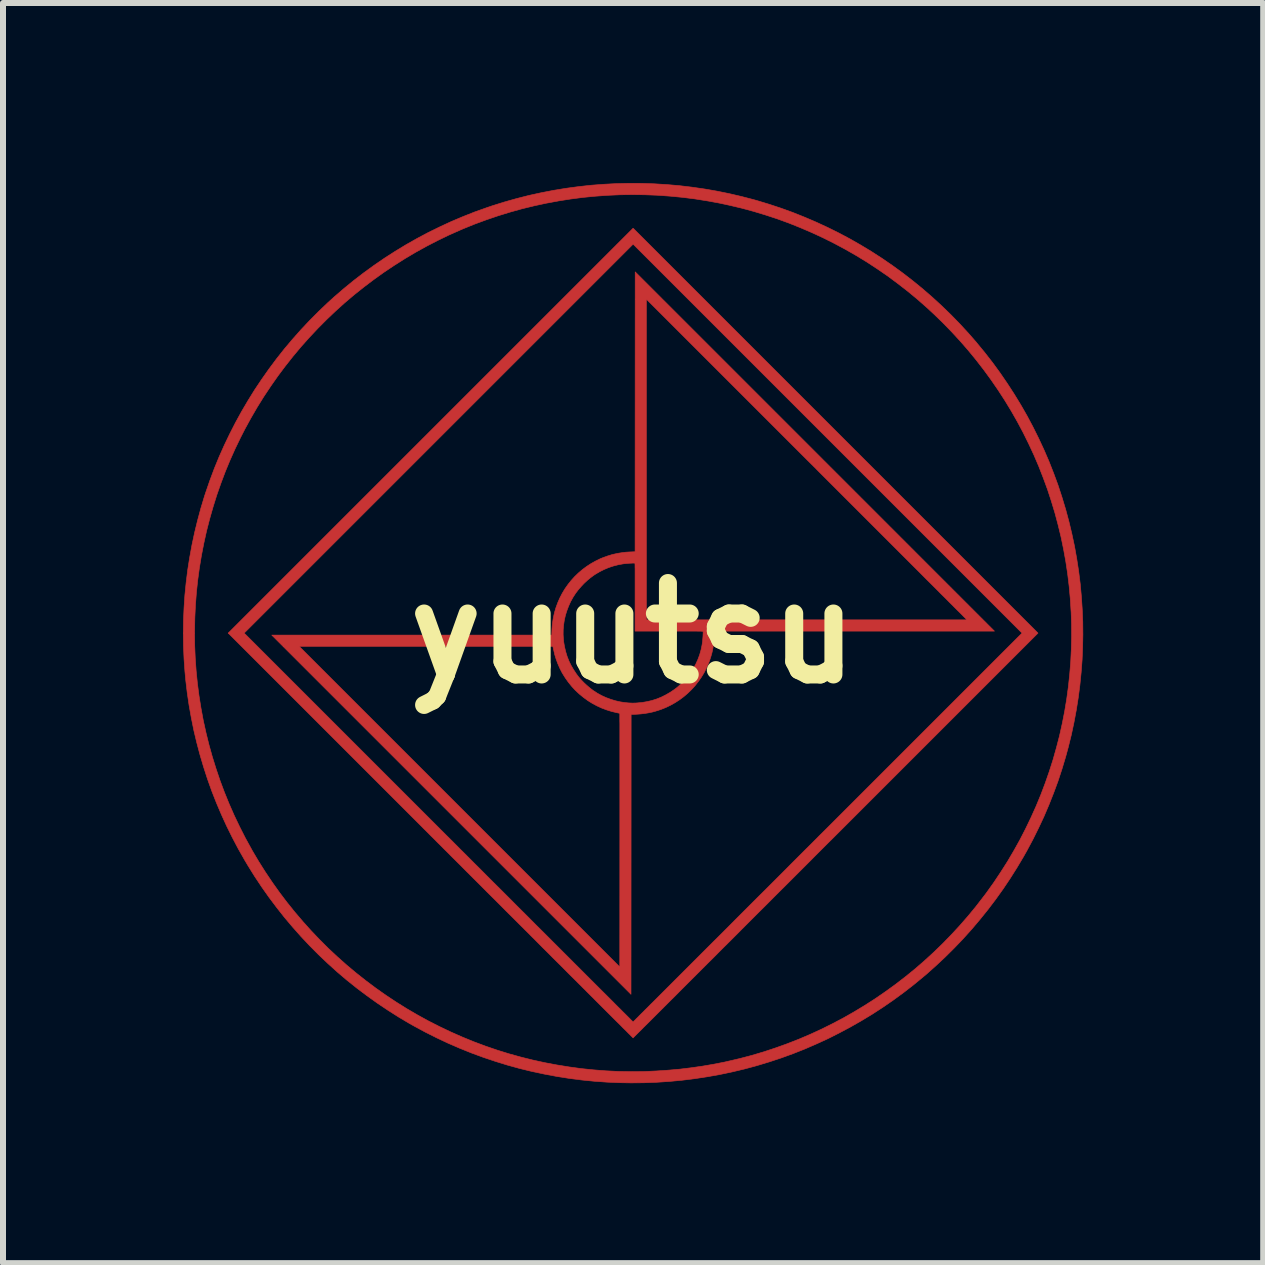
<source format=kicad_pcb>
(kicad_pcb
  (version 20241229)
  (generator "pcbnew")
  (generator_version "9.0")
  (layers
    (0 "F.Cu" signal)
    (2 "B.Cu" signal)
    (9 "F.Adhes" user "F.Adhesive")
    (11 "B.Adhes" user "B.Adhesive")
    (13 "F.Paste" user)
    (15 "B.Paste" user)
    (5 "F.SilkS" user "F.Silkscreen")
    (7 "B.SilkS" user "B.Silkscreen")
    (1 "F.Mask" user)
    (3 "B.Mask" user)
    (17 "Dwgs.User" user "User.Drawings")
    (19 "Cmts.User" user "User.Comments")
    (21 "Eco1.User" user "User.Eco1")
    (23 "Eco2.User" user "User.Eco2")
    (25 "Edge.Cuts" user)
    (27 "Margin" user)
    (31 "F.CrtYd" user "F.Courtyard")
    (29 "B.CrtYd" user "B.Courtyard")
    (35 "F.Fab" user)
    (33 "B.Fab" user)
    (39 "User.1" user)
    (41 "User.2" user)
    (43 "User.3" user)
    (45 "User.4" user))
  (footprint "yuutsu"
    (layer "F.Cu")
    (at 7.501 7.501)
    (property "Reference" "yuutsu" (at 0 0 0) (layer "F.SilkS") (effects (font (size 1.524 1.524) (thickness 0.3))))
    (attr through_hole)
    (fp_poly (pts (xy 6.748 0) (xy 3.375 3.373) (xy 3.254 3.493) (xy 3.135 3.612) (xy 3.017 3.73) (xy 2.901 3.847) (xy 2.785 3.963) (xy 2.671 4.077) (xy 2.558 4.19) (xy 2.446 4.301) (xy 2.336 4.411) (xy 2.228 4.52) (xy 2.121 4.626) (xy 2.016 4.731) (xy 1.913 4.834) (xy 1.812 4.935) (xy 1.713 5.035) (xy 1.616 5.132) (xy 1.52 5.227) (xy 1.427 5.32) (xy 1.337 5.411) (xy 1.248 5.499) (xy 1.162 5.585) (xy 1.079 5.668) (xy 0.998 5.749) (xy 0.919 5.828) (xy 0.844 5.903) (xy 0.771 5.976) (xy 0.701 6.047) (xy 0.633 6.114) (xy 0.569 6.178) (xy 0.508 6.239) (xy 0.45 6.297) (xy 0.395 6.352) (xy 0.343 6.404) (xy 0.295 6.452) (xy 0.25 6.497) (xy 0.208 6.538) (xy 0.17 6.576) (xy 0.136 6.611) (xy 0.105 6.641) (xy 0.078 6.668) (xy 0.055 6.691) (xy 0.036 6.71) (xy 0.021 6.725) (xy 0.01 6.736) (xy 0.003 6.743) (xy 0.000055 6.746) (xy 0 6.746) (xy -0.002 6.744) (xy -0.009 6.738) (xy -0.019 6.727) (xy -0.034 6.713) (xy -0.052 6.694) (xy -0.075 6.672) (xy -0.101 6.645) (xy -0.131 6.615) (xy -0.165 6.582) (xy -0.202 6.544) (xy -0.243 6.503) (xy -0.288 6.459) (xy -0.336 6.411) (xy -0.387 6.36) (xy -0.441 6.306) (xy -0.499 6.248) (xy -0.56 6.187) (xy -0.624 6.123) (xy -0.69 6.057) (xy -0.76 5.987) (xy -0.833 5.914) (xy -0.908 5.839) (xy -0.986 5.761) (xy -1.067 5.681) (xy -1.15 5.597) (xy -1.235 5.512) (xy -1.324 5.424) (xy -1.414 5.333) (xy -1.507 5.241) (xy -1.601 5.146) (xy -1.698 5.049) (xy -1.797 4.95) (xy -1.898 4.849) (xy -2.001 4.746) (xy -2.106 4.642) (xy -2.212 4.535) (xy -2.32 4.427) (xy -2.43 4.318) (xy -2.541 4.206) (xy -2.654 4.094) (xy -2.768 3.98) (xy -2.883 3.864) (xy -3 3.748) (xy -3.118 3.63) (xy -3.237 3.511) (xy -3.357 3.391) (xy -3.375 3.373) (xy -6.748 0) (xy -6.482 0) (xy -3.242 3.24) (xy -3.124 3.358) (xy -3.007 3.474) (xy -2.892 3.59) (xy -2.777 3.704) (xy -2.664 3.818) (xy -2.552 3.929) (xy -2.442 4.04) (xy -2.333 4.149) (xy -2.225 4.256) (xy -2.119 4.362) (xy -2.015 4.466) (xy -1.913 4.569) (xy -1.812 4.669) (xy -1.713 4.768) (xy -1.617 4.865) (xy -1.522 4.959) (xy -1.429 5.052) (xy -1.339 5.142) (xy -1.251 5.23) (xy -1.165 5.316) (xy -1.082 5.399) (xy -1.001 5.48) (xy -0.923 5.558) (xy -0.847 5.634) (xy -0.774 5.707) (xy -0.704 5.777) (xy -0.637 5.844) (xy -0.573 5.908) (xy -0.512 5.969) (xy -0.453 6.027) (xy -0.398 6.082) (xy -0.346 6.134) (xy -0.298 6.183) (xy -0.253 6.228) (xy -0.211 6.269) (xy -0.173 6.308) (xy -0.138 6.342) (xy -0.107 6.373) (xy -0.08 6.4) (xy -0.057 6.423) (xy -0.038 6.443) (xy -0.022 6.458) (xy -0.011 6.47) (xy -0.003 6.477) (xy -0.000124 6.48) (xy 0 6.48) (xy 0.002 6.478) (xy 0.009 6.472) (xy 0.019 6.461) (xy 0.034 6.447) (xy 0.052 6.428) (xy 0.075 6.406) (xy 0.101 6.379) (xy 0.131 6.349) (xy 0.165 6.316) (xy 0.202 6.278) (xy 0.243 6.238) (xy 0.287 6.193) (xy 0.335 6.146) (xy 0.386 6.095) (xy 0.441 6.04) (xy 0.498 5.983) (xy 0.559 5.922) (xy 0.622 5.859) (xy 0.689 5.792) (xy 0.758 5.723) (xy 0.83 5.651) (xy 0.905 5.576) (xy 0.983 5.498) (xy 1.063 5.418) (xy 1.146 5.335) (xy 1.231 5.25) (xy 1.319 5.162) (xy 1.409 5.073) (xy 1.501 4.981) (xy 1.595 4.887) (xy 1.691 4.79) (xy 1.789 4.692) (xy 1.889 4.592) (xy 1.991 4.49) (xy 2.095 4.386) (xy 2.201 4.281) (xy 2.308 4.174) (xy 2.417 4.065) (xy 2.527 3.955) (xy 2.638 3.843) (xy 2.751 3.73) (xy 2.865 3.616) (xy 2.981 3.501) (xy 3.097 3.384) (xy 3.215 3.267) (xy 3.242 3.24) (xy 6.482 0) (xy 3.241 -3.241) (xy 0 -6.482) (xy -6.482 0) (xy -6.748 0) (xy 0 -6.748) (xy 6.748 0)) (stroke (width 0.01) (type solid)) (fill yes) (layer "F.Cu"))
    (fp_poly (pts (xy 6.022 -0.033) (xy 1.356 -0.033) (xy 1.352 0.048) (xy 1.347 0.124) (xy 1.339 0.196) (xy 1.328 0.266) (xy 1.313 0.333) (xy 1.294 0.399) (xy 1.272 0.465) (xy 1.259 0.498) (xy 1.223 0.58) (xy 1.183 0.66) (xy 1.137 0.736) (xy 1.086 0.808) (xy 1.032 0.877) (xy 0.973 0.942) (xy 0.91 1.003) (xy 0.843 1.06) (xy 0.773 1.112) (xy 0.699 1.16) (xy 0.622 1.203) (xy 0.543 1.241) (xy 0.46 1.274) (xy 0.375 1.301) (xy 0.324 1.315) (xy 0.262 1.328) (xy 0.197 1.339) (xy 0.13 1.347) (xy 0.064 1.352) (xy -0.001 1.355) (xy -0.007 1.355) (xy -0.033 1.355) (xy -0.034 3.688) (xy -0.035 6.02) (xy -3.028 3.027) (xy -5.834 0.221) (xy -5.565 0.221) (xy -2.894 2.892) (xy -0.222 5.564) (xy -0.221 3.451) (xy -0.221 3.338) (xy -0.221 3.227) (xy -0.221 3.117) (xy -0.221 3.01) (xy -0.221 2.904) (xy -0.221 2.8) (xy -0.221 2.698) (xy -0.221 2.599) (xy -0.221 2.503) (xy -0.221 2.409) (xy -0.221 2.318) (xy -0.221 2.23) (xy -0.221 2.145) (xy -0.221 2.064) (xy -0.221 1.986) (xy -0.221 1.911) (xy -0.221 1.841) (xy -0.221 1.774) (xy -0.221 1.712) (xy -0.221 1.654) (xy -0.221 1.6) (xy -0.221 1.55) (xy -0.221 1.506) (xy -0.222 1.466) (xy -0.222 1.432) (xy -0.222 1.402) (xy -0.222 1.378) (xy -0.222 1.359) (xy -0.222 1.346) (xy -0.222 1.339) (xy -0.222 1.337) (xy -0.225 1.336) (xy -0.233 1.335) (xy -0.245 1.332) (xy -0.26 1.329) (xy -0.268 1.327) (xy -0.355 1.307) (xy -0.441 1.28) (xy -0.524 1.249) (xy -0.604 1.212) (xy -0.682 1.17) (xy -0.757 1.123) (xy -0.828 1.071) (xy -0.896 1.015) (xy -0.961 0.955) (xy -1.021 0.89) (xy -1.077 0.821) (xy -1.129 0.748) (xy -1.177 0.671) (xy -1.183 0.661) (xy -1.22 0.589) (xy -1.253 0.514) (xy -1.282 0.437) (xy -1.306 0.359) (xy -1.324 0.281) (xy -1.326 0.274) (xy -1.329 0.258) (xy -1.332 0.245) (xy -1.334 0.234) (xy -1.335 0.228) (xy -1.335 0.228) (xy -1.337 0.221) (xy -5.565 0.221) (xy -5.834 0.221) (xy -6.022 0.033) (xy -1.355 0.033) (xy -1.355 0.023) (xy -1.166 0.023) (xy -1.164 0.058) (xy -1.157 0.144) (xy -1.143 0.227) (xy -1.124 0.308) (xy -1.1 0.387) (xy -1.07 0.464) (xy -1.034 0.538) (xy -0.992 0.61) (xy -0.945 0.681) (xy -0.909 0.729) (xy -0.881 0.762) (xy -0.849 0.796) (xy -0.814 0.832) (xy -0.777 0.866) (xy -0.739 0.899) (xy -0.701 0.93) (xy -0.665 0.957) (xy -0.662 0.959) (xy -0.594 1.003) (xy -0.523 1.042) (xy -0.448 1.076) (xy -0.372 1.104) (xy -0.293 1.128) (xy -0.214 1.146) (xy -0.134 1.158) (xy -0.072 1.164) (xy -0.046 1.165) (xy -0.024 1.166) (xy -0.005 1.167) (xy 0.015 1.166) (xy 0.036 1.166) (xy 0.06 1.164) (xy 0.065 1.164) (xy 0.15 1.156) (xy 0.233 1.142) (xy 0.314 1.123) (xy 0.393 1.098) (xy 0.47 1.067) (xy 0.544 1.03) (xy 0.617 0.988) (xy 0.688 0.94) (xy 0.729 0.909) (xy 0.748 0.893) (xy 0.77 0.873) (xy 0.794 0.851) (xy 0.818 0.827) (xy 0.842 0.803) (xy 0.865 0.779) (xy 0.886 0.756) (xy 0.904 0.735) (xy 0.909 0.729) (xy 0.96 0.66) (xy 1.006 0.588) (xy 1.046 0.514) (xy 1.08 0.439) (xy 1.109 0.361) (xy 1.132 0.28) (xy 1.149 0.198) (xy 1.155 0.16) (xy 1.157 0.146) (xy 1.159 0.128) (xy 1.16 0.108) (xy 1.162 0.086) (xy 1.164 0.064) (xy 1.165 0.042) (xy 1.166 0.022) (xy 1.167 0.004) (xy 1.167 -0.011) (xy 1.167 -0.022) (xy 1.166 -0.028) (xy 1.166 -0.028) (xy 1.166 -0.029) (xy 1.165 -0.029) (xy 1.163 -0.03) (xy 1.159 -0.03) (xy 1.154 -0.031) (xy 1.148 -0.031) (xy 1.14 -0.031) (xy 1.129 -0.032) (xy 1.116 -0.032) (xy 1.1 -0.032) (xy 1.081 -0.032) (xy 1.059 -0.033) (xy 1.034 -0.033) (xy 1.005 -0.033) (xy 0.972 -0.033) (xy 0.934 -0.033) (xy 0.892 -0.033) (xy 0.846 -0.033) (xy 0.794 -0.033) (xy 0.737 -0.033) (xy 0.675 -0.033) (xy 0.607 -0.033) (xy 0.033 -0.033) (xy 0.033 -0.221) (xy 0.221 -0.221) (xy 2.892 -0.221) (xy 3.019 -0.221) (xy 3.145 -0.221) (xy 3.269 -0.221) (xy 3.391 -0.221) (xy 3.511 -0.221) (xy 3.629 -0.221) (xy 3.745 -0.221) (xy 3.859 -0.221) (xy 3.97 -0.221) (xy 4.079 -0.221) (xy 4.185 -0.221) (xy 4.288 -0.221) (xy 4.388 -0.221) (xy 4.485 -0.221) (xy 4.579 -0.221) (xy 4.669 -0.221) (xy 4.756 -0.221) (xy 4.84 -0.221) (xy 4.919 -0.221) (xy 4.995 -0.221) (xy 5.066 -0.221) (xy 5.133 -0.221) (xy 5.196 -0.221) (xy 5.255 -0.221) (xy 5.309 -0.221) (xy 5.358 -0.221) (xy 5.402 -0.221) (xy 5.441 -0.221) (xy 5.475 -0.221) (xy 5.504 -0.221) (xy 5.527 -0.221) (xy 5.545 -0.221) (xy 5.557 -0.221) (xy 5.563 -0.221) (xy 5.564 -0.221) (xy 5.562 -0.224) (xy 5.555 -0.23) (xy 5.545 -0.24) (xy 5.53 -0.255) (xy 5.512 -0.273) (xy 5.49 -0.296) (xy 5.464 -0.322) (xy 5.434 -0.352) (xy 5.4 -0.385) (xy 5.363 -0.422) (xy 5.323 -0.463) (xy 5.279 -0.506) (xy 5.232 -0.554) (xy 5.182 -0.604) (xy 5.128 -0.657) (xy 5.072 -0.714) (xy 5.012 -0.774) (xy 4.95 -0.836) (xy 4.884 -0.901) (xy 4.817 -0.969) (xy 4.746 -1.04) (xy 4.673 -1.113) (xy 4.597 -1.189) (xy 4.519 -1.267) (xy 4.438 -1.348) (xy 4.356 -1.43) (xy 4.271 -1.515) (xy 4.184 -1.602) (xy 4.095 -1.691) (xy 4.004 -1.782) (xy 3.911 -1.875) (xy 3.817 -1.969) (xy 3.72 -2.066) (xy 3.623 -2.163) (xy 3.523 -2.263) (xy 3.422 -2.364) (xy 3.32 -2.466) (xy 3.217 -2.569) (xy 3.112 -2.674) (xy 3.007 -2.78) (xy 2.9 -2.886) (xy 2.892 -2.894) (xy 0.221 -5.565) (xy 0.221 -0.221) (xy 0.033 -0.221) (xy 0.033 -0.599) (xy 0.033 -0.668) (xy 0.033 -0.731) (xy 0.033 -0.788) (xy 0.033 -0.84) (xy 0.033 -0.888) (xy 0.033 -0.93) (xy 0.033 -0.968) (xy 0.033 -1.001) (xy 0.033 -1.031) (xy 0.033 -1.057) (xy 0.033 -1.079) (xy 0.032 -1.098) (xy 0.032 -1.114) (xy 0.032 -1.128) (xy 0.032 -1.139) (xy 0.031 -1.147) (xy 0.031 -1.154) (xy 0.03 -1.159) (xy 0.03 -1.162) (xy 0.029 -1.164) (xy 0.029 -1.166) (xy 0.028 -1.166) (xy 0.028 -1.166) (xy 0.023 -1.167) (xy 0.012 -1.167) (xy -0.002 -1.167) (xy -0.02 -1.166) (xy -0.041 -1.165) (xy -0.063 -1.164) (xy -0.086 -1.162) (xy -0.108 -1.16) (xy -0.129 -1.158) (xy -0.148 -1.156) (xy -0.164 -1.154) (xy -0.166 -1.154) (xy -0.248 -1.139) (xy -0.329 -1.118) (xy -0.408 -1.092) (xy -0.484 -1.06) (xy -0.558 -1.023) (xy -0.629 -0.981) (xy -0.662 -0.959) (xy -0.715 -0.919) (xy -0.768 -0.875) (xy -0.82 -0.826) (xy -0.868 -0.775) (xy -0.913 -0.723) (xy -0.954 -0.669) (xy -0.959 -0.662) (xy -1.003 -0.594) (xy -1.042 -0.523) (xy -1.075 -0.449) (xy -1.104 -0.373) (xy -1.128 -0.296) (xy -1.146 -0.217) (xy -1.158 -0.137) (xy -1.165 -0.057) (xy -1.166 0.023) (xy -1.355 0.023) (xy -1.355 0.007) (xy -1.354 -0.014) (xy -1.353 -0.039) (xy -1.352 -0.066) (xy -1.35 -0.094) (xy -1.348 -0.122) (xy -1.346 -0.147) (xy -1.344 -0.165) (xy -1.33 -0.253) (xy -1.311 -0.339) (xy -1.286 -0.424) (xy -1.256 -0.506) (xy -1.221 -0.586) (xy -1.181 -0.663) (xy -1.136 -0.738) (xy -1.086 -0.809) (xy -1.032 -0.877) (xy -0.973 -0.942) (xy -0.911 -1.002) (xy -0.844 -1.059) (xy -0.774 -1.111) (xy -0.7 -1.159) (xy -0.623 -1.202) (xy -0.543 -1.241) (xy -0.511 -1.254) (xy -0.426 -1.285) (xy -0.34 -1.311) (xy -0.252 -1.33) (xy -0.175 -1.342) (xy -0.152 -1.345) (xy -0.125 -1.348) (xy -0.095 -1.35) (xy -0.066 -1.352) (xy -0.037 -1.353) (xy -0.011 -1.354) (xy 0.008 -1.355) (xy 0.033 -1.355) (xy 0.034 -3.688) (xy 0.035 -6.02) (xy 6.022 -0.033)) (stroke (width 0.01) (type solid)) (fill yes) (layer "F.Cu"))
    (fp_poly (pts (xy 0.141 -7.495) (xy 0.351 -7.488) (xy 0.561 -7.475) (xy 0.77 -7.457) (xy 0.98 -7.432) (xy 1.188 -7.402) (xy 1.396 -7.366) (xy 1.602 -7.324) (xy 1.808 -7.276) (xy 2.012 -7.223) (xy 2.061 -7.209) (xy 2.263 -7.148) (xy 2.463 -7.082) (xy 2.662 -7.01) (xy 2.857 -6.932) (xy 3.051 -6.849) (xy 3.241 -6.761) (xy 3.429 -6.668) (xy 3.615 -6.569) (xy 3.797 -6.465) (xy 3.977 -6.356) (xy 4.153 -6.242) (xy 4.326 -6.123) (xy 4.496 -5.999) (xy 4.663 -5.87) (xy 4.826 -5.737) (xy 4.985 -5.599) (xy 5.141 -5.456) (xy 5.293 -5.309) (xy 5.441 -5.157) (xy 5.585 -5.001) (xy 5.725 -4.841) (xy 5.725 -4.84) (xy 5.86 -4.676) (xy 5.99 -4.509) (xy 6.115 -4.338) (xy 6.234 -4.164) (xy 6.349 -3.987) (xy 6.459 -3.807) (xy 6.564 -3.624) (xy 6.663 -3.438) (xy 6.757 -3.249) (xy 6.846 -3.058) (xy 6.93 -2.864) (xy 7.007 -2.668) (xy 7.08 -2.47) (xy 7.146 -2.269) (xy 7.207 -2.067) (xy 7.209 -2.061) (xy 7.264 -1.856) (xy 7.313 -1.651) (xy 7.357 -1.444) (xy 7.394 -1.236) (xy 7.426 -1.027) (xy 7.452 -0.818) (xy 7.471 -0.608) (xy 7.485 -0.398) (xy 7.494 -0.187) (xy 7.496 0.024) (xy 7.492 0.235) (xy 7.483 0.445) (xy 7.467 0.656) (xy 7.446 0.866) (xy 7.419 1.075) (xy 7.386 1.283) (xy 7.347 1.491) (xy 7.303 1.697) (xy 7.252 1.903) (xy 7.209 2.061) (xy 7.148 2.264) (xy 7.082 2.465) (xy 7.009 2.663) (xy 6.931 2.86) (xy 6.848 3.055) (xy 6.758 3.247) (xy 6.664 3.437) (xy 6.564 3.624) (xy 6.506 3.727) (xy 6.397 3.91) (xy 6.284 4.089) (xy 6.166 4.265) (xy 6.042 4.438) (xy 5.914 4.607) (xy 5.781 4.772) (xy 5.644 4.934) (xy 5.502 5.092) (xy 5.355 5.246) (xy 5.204 5.396) (xy 5.049 5.541) (xy 4.89 5.683) (xy 4.84 5.725) (xy 4.676 5.86) (xy 4.509 5.99) (xy 4.338 6.115) (xy 4.164 6.235) (xy 3.987 6.35) (xy 3.807 6.459) (xy 3.623 6.564) (xy 3.437 6.663) (xy 3.249 6.758) (xy 3.057 6.846) (xy 2.864 6.93) (xy 2.667 7.008) (xy 2.469 7.08) (xy 2.269 7.146) (xy 2.067 7.207) (xy 2.061 7.209) (xy 1.857 7.264) (xy 1.651 7.313) (xy 1.443 7.357) (xy 1.235 7.394) (xy 1.025 7.426) (xy 0.815 7.452) (xy 0.603 7.472) (xy 0.391 7.486) (xy 0.179 7.494) (xy -0.034 7.496) (xy -0.218 7.493) (xy -0.431 7.484) (xy -0.643 7.469) (xy -0.855 7.448) (xy -1.065 7.421) (xy -1.274 7.388) (xy -1.482 7.349) (xy -1.688 7.305) (xy -1.893 7.255) (xy -2.096 7.199) (xy -2.297 7.137) (xy -2.497 7.07) (xy -2.695 6.997) (xy -2.891 6.918) (xy -3.085 6.834) (xy -3.276 6.744) (xy -3.465 6.649) (xy -3.652 6.548) (xy -3.727 6.506) (xy -3.909 6.398) (xy -4.088 6.284) (xy -4.264 6.166) (xy -4.436 6.043) (xy -4.605 5.916) (xy -4.77 5.784) (xy -4.931 5.647) (xy -5.087 5.506) (xy -5.24 5.361) (xy -5.389 5.211) (xy -5.534 5.057) (xy -5.674 4.899) (xy -5.81 4.738) (xy -5.941 4.572) (xy -6.068 4.403) (xy -6.19 4.23) (xy -6.307 4.054) (xy -6.419 3.874) (xy -6.476 3.778) (xy -6.581 3.593) (xy -6.68 3.405) (xy -6.774 3.215) (xy -6.862 3.022) (xy -6.945 2.827) (xy -7.022 2.631) (xy -7.093 2.432) (xy -7.158 2.231) (xy -7.218 2.029) (xy -7.272 1.825) (xy -7.321 1.619) (xy -7.363 1.411) (xy -7.4 1.203) (xy -7.431 0.992) (xy -7.456 0.781) (xy -7.469 0.641) (xy -7.484 0.429) (xy -7.493 0.216) (xy -7.496 0.004) (xy -7.496 0) (xy -7.309 0) (xy -7.306 0.211) (xy -7.297 0.421) (xy -7.282 0.63) (xy -7.261 0.839) (xy -7.234 1.046) (xy -7.201 1.252) (xy -7.163 1.457) (xy -7.118 1.661) (xy -7.068 1.863) (xy -7.012 2.063) (xy -6.95 2.262) (xy -6.883 2.46) (xy -6.81 2.655) (xy -6.731 2.849) (xy -6.647 3.04) (xy -6.556 3.23) (xy -6.461 3.417) (xy -6.359 3.602) (xy -6.348 3.623) (xy -6.242 3.802) (xy -6.131 3.978) (xy -6.015 4.151) (xy -5.895 4.32) (xy -5.77 4.485) (xy -5.64 4.647) (xy -5.506 4.804) (xy -5.368 4.958) (xy -5.225 5.108) (xy -5.079 5.254) (xy -4.928 5.395) (xy -4.774 5.532) (xy -4.615 5.665) (xy -4.453 5.793) (xy -4.288 5.917) (xy -4.119 6.036) (xy -3.947 6.15) (xy -3.771 6.26) (xy -3.593 6.364) (xy -3.411 6.464) (xy -3.226 6.558) (xy -3.039 6.647) (xy -2.849 6.731) (xy -2.656 6.81) (xy -2.461 6.883) (xy -2.268 6.949) (xy -2.072 7.01) (xy -1.874 7.065) (xy -1.674 7.115) (xy -1.472 7.159) (xy -1.27 7.197) (xy -1.066 7.23) (xy -0.862 7.258) (xy -0.657 7.279) (xy -0.453 7.295) (xy -0.248 7.305) (xy -0.044 7.308) (xy 0.16 7.307) (xy 0.198 7.306) (xy 0.395 7.297) (xy 0.588 7.284) (xy 0.779 7.267) (xy 0.968 7.244) (xy 1.156 7.217) (xy 1.343 7.185) (xy 1.53 7.148) (xy 1.577 7.137) (xy 1.779 7.09) (xy 1.98 7.037) (xy 2.179 6.978) (xy 2.375 6.913) (xy 2.57 6.843) (xy 2.762 6.768) (xy 2.952 6.687) (xy 3.139 6.601) (xy 3.324 6.509) (xy 3.506 6.413) (xy 3.685 6.311) (xy 3.862 6.204) (xy 4.035 6.093) (xy 4.205 5.976) (xy 4.372 5.855) (xy 4.536 5.729) (xy 4.696 5.599) (xy 4.852 5.464) (xy 5.005 5.324) (xy 5.154 5.18) (xy 5.299 5.031) (xy 5.44 4.879) (xy 5.577 4.722) (xy 5.71 4.561) (xy 5.838 4.395) (xy 5.889 4.328) (xy 6.011 4.157) (xy 6.127 3.983) (xy 6.239 3.807) (xy 6.345 3.627) (xy 6.446 3.446) (xy 6.541 3.261) (xy 6.631 3.074) (xy 6.716 2.885) (xy 6.795 2.694) (xy 6.868 2.501) (xy 6.936 2.306) (xy 6.999 2.109) (xy 7.055 1.91) (xy 7.107 1.71) (xy 7.152 1.508) (xy 7.192 1.305) (xy 7.226 1.1) (xy 7.254 0.895) (xy 7.276 0.688) (xy 7.293 0.48) (xy 7.303 0.272) (xy 7.308 0.063) (xy 7.307 -0.146) (xy 7.3 -0.356) (xy 7.299 -0.361) (xy 7.286 -0.571) (xy 7.267 -0.78) (xy 7.242 -0.987) (xy 7.211 -1.194) (xy 7.174 -1.398) (xy 7.132 -1.601) (xy 7.083 -1.803) (xy 7.03 -2.002) (xy 6.97 -2.2) (xy 6.906 -2.396) (xy 6.835 -2.589) (xy 6.76 -2.781) (xy 6.679 -2.97) (xy 6.592 -3.157) (xy 6.501 -3.341) (xy 6.404 -3.523) (xy 6.302 -3.702) (xy 6.195 -3.878) (xy 6.082 -4.052) (xy 5.965 -4.222) (xy 5.843 -4.389) (xy 5.716 -4.553) (xy 5.584 -4.714) (xy 5.447 -4.871) (xy 5.305 -5.025) (xy 5.159 -5.175) (xy 5.007 -5.322) (xy 4.89 -5.43) (xy 4.733 -5.568) (xy 4.572 -5.701) (xy 4.407 -5.829) (xy 4.24 -5.953) (xy 4.068 -6.071) (xy 3.894 -6.185) (xy 3.717 -6.293) (xy 3.537 -6.396) (xy 3.354 -6.494) (xy 3.168 -6.587) (xy 2.98 -6.674) (xy 2.789 -6.756) (xy 2.597 -6.833) (xy 2.402 -6.904) (xy 2.204 -6.969) (xy 2.005 -7.029) (xy 1.805 -7.083) (xy 1.602 -7.131) (xy 1.444 -7.165) (xy 1.238 -7.203) (xy 1.031 -7.236) (xy 0.823 -7.262) (xy 0.616 -7.282) (xy 0.408 -7.297) (xy 0.2 -7.305) (xy -0.008 -7.308) (xy -0.216 -7.305) (xy -0.423 -7.296) (xy -0.63 -7.281) (xy -0.836 -7.261) (xy -1.042 -7.234) (xy -1.246 -7.202) (xy -1.45 -7.164) (xy -1.653 -7.12) (xy -1.854 -7.071) (xy -2.054 -7.015) (xy -2.252 -6.954) (xy -2.449 -6.887) (xy -2.644 -6.815) (xy -2.836 -6.737) (xy -2.88 -6.718) (xy -3.071 -6.633) (xy -3.259 -6.542) (xy -3.445 -6.446) (xy -3.627 -6.345) (xy -3.806 -6.239) (xy -3.981 -6.128) (xy -4.153 -6.013) (xy -4.322 -5.892) (xy -4.487 -5.767) (xy -4.649 -5.638) (xy -4.807 -5.504) (xy -4.961 -5.365) (xy -5.11 -5.223) (xy -5.256 -5.076) (xy -5.398 -4.925) (xy -5.536 -4.77) (xy -5.669 -4.611) (xy -5.797 -4.449) (xy -5.922 -4.282) (xy -6.041 -4.112) (xy -6.156 -3.939) (xy -6.266 -3.762) (xy -6.371 -3.581) (xy -6.471 -3.398) (xy -6.54 -3.263) (xy -6.631 -3.075) (xy -6.716 -2.885) (xy -6.796 -2.692) (xy -6.869 -2.498) (xy -6.938 -2.301) (xy -7 -2.103) (xy -7.057 -1.903) (xy -7.109 -1.701) (xy -7.154 -1.498) (xy -7.194 -1.293) (xy -7.228 -1.088) (xy -7.256 -0.881) (xy -7.278 -0.673) (xy -7.294 -0.465) (xy -7.304 -0.255) (xy -7.308 -0.046) (xy -7.309 0) (xy -7.496 0) (xy -7.493 -0.208) (xy -7.484 -0.42) (xy -7.47 -0.631) (xy -7.449 -0.841) (xy -7.423 -1.051) (xy -7.39 -1.26) (xy -7.352 -1.468) (xy -7.308 -1.674) (xy -7.258 -1.879) (xy -7.203 -2.083) (xy -7.142 -2.285) (xy -7.122 -2.345) (xy -7.053 -2.545) (xy -6.979 -2.743) (xy -6.899 -2.938) (xy -6.813 -3.131) (xy -6.722 -3.321) (xy -6.626 -3.509) (xy -6.525 -3.693) (xy -6.418 -3.875) (xy -6.307 -4.054) (xy -6.19 -4.229) (xy -6.069 -4.401) (xy -5.943 -4.57) (xy -5.812 -4.736) (xy -5.676 -4.897) (xy -5.536 -5.055) (xy -5.391 -5.209) (xy -5.241 -5.36) (xy -5.088 -5.506) (xy -4.982 -5.602) (xy -4.821 -5.741) (xy -4.656 -5.876) (xy -4.488 -6.005) (xy -4.316 -6.13) (xy -4.141 -6.25) (xy -3.963 -6.364) (xy -3.782 -6.474) (xy -3.598 -6.578) (xy -3.412 -6.677) (xy -3.222 -6.77) (xy -3.03 -6.859) (xy -2.836 -6.941) (xy -2.639 -7.019) (xy -2.439 -7.09) (xy -2.345 -7.122) (xy -2.144 -7.185) (xy -1.941 -7.242) (xy -1.737 -7.294) (xy -1.531 -7.339) (xy -1.325 -7.379) (xy -1.117 -7.413) (xy -0.909 -7.441) (xy -0.7 -7.464) (xy -0.49 -7.48) (xy -0.28 -7.491) (xy -0.07 -7.496) (xy 0.141 -7.495)) (stroke (width 0.01) (type solid)) (fill yes) (layer "F.Cu")))
  (gr_rect
    (start -3 -3)
    (end 18.002 18.001)
    (stroke (width 0.1) (type default))
    (fill no)
    (layer "Edge.Cuts")))
</source>
